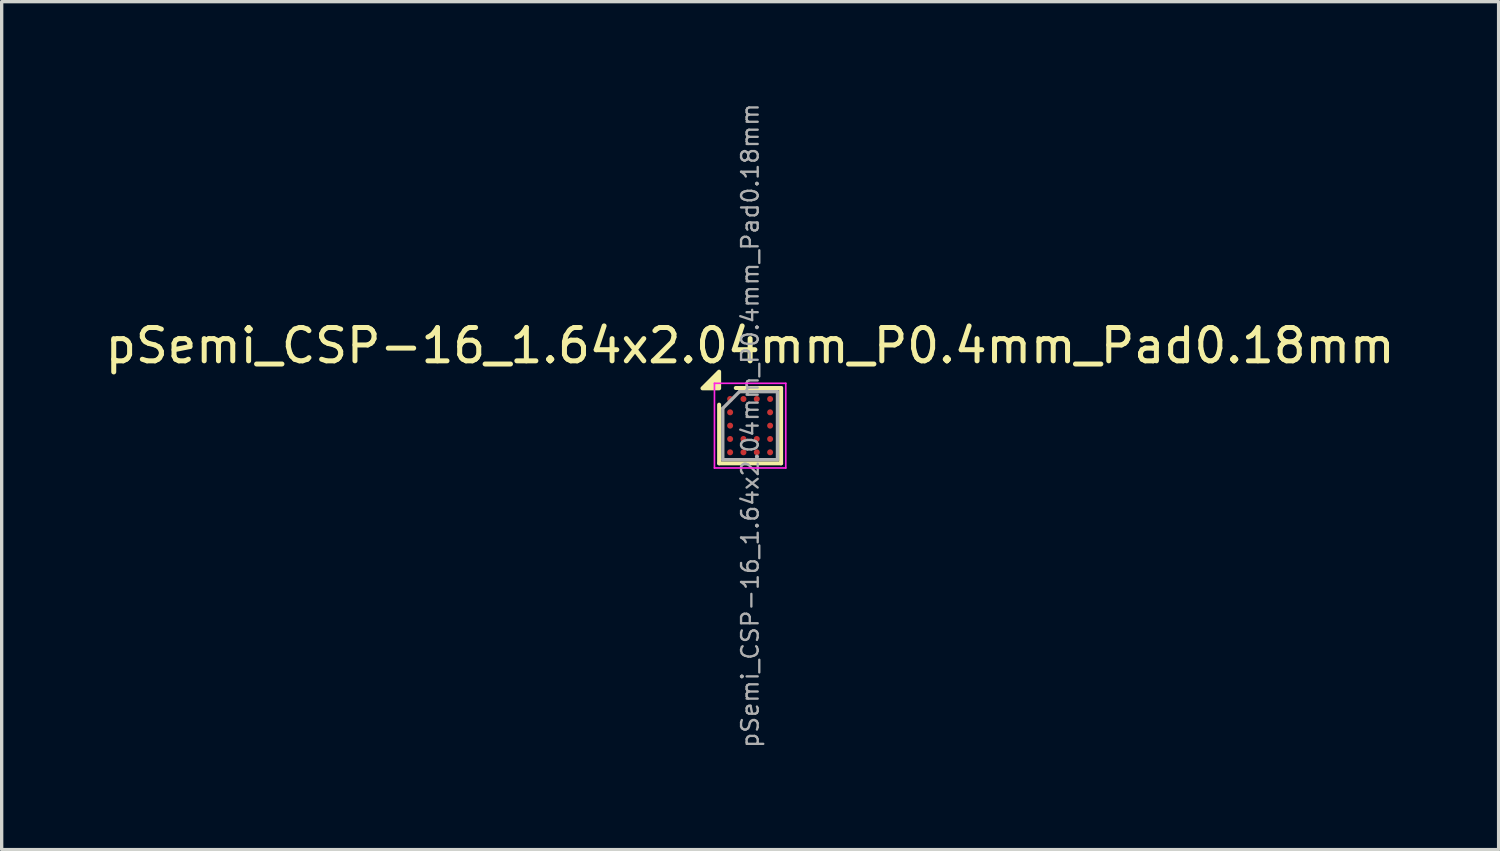
<source format=kicad_pcb>
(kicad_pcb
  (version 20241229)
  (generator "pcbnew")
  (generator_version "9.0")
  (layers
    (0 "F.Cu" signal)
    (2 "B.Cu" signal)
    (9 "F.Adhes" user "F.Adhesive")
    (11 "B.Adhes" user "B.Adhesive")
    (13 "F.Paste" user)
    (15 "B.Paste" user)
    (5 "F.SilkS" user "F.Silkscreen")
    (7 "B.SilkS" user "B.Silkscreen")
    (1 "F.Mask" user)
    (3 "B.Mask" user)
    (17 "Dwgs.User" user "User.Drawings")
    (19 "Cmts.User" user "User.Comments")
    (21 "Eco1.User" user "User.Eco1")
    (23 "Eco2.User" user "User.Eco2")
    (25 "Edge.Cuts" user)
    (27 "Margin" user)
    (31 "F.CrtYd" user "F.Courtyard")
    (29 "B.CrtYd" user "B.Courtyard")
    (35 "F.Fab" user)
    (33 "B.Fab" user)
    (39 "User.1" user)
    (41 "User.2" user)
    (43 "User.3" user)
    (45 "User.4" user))
  (footprint "pSemi_CSP-16_1.64x2.04mm_P0.4mm_Pad0.18mm"
    (layer "F.Cu")
    (at 19.458 9.722)
    (property "Reference" "pSemi_CSP-16_1.64x2.04mm_P0.4mm_Pad0.18mm" (at 0 -2.4 0) (layer "F.SilkS") (effects (font (size 1 1) (thickness 0.15))))
    (attr smd)
    (fp_line (start -0.93 -0.63) (end -0.93 1.13) (stroke (width 0.12) (type solid)) (layer "F.SilkS"))
    (fp_line (start 0.93 -1.13) (end -0.43 -1.13) (stroke (width 0.12) (type solid)) (layer "F.SilkS"))
    (fp_line (start 0.93 -1.13) (end 0.93 1.13) (stroke (width 0.12) (type solid)) (layer "F.SilkS"))
    (fp_line (start 0.93 1.13) (end -0.93 1.13) (stroke (width 0.12) (type solid)) (layer "F.SilkS"))
    (fp_poly (pts (xy -0.93 -1.12) (xy -1.43 -1.12) (xy -0.93 -1.62) (xy -0.93 -1.12)) (stroke (width 0.12) (type solid)) (fill yes) (layer "F.SilkS"))
    (fp_line (start -1.07 -1.27) (end -1.07 1.27) (stroke (width 0.05) (type solid)) (layer "F.CrtYd"))
    (fp_line (start 1.07 -1.27) (end -1.07 -1.27) (stroke (width 0.05) (type solid)) (layer "F.CrtYd"))
    (fp_line (start 1.07 -1.27) (end 1.07 1.27) (stroke (width 0.05) (type solid)) (layer "F.CrtYd"))
    (fp_line (start 1.07 1.27) (end -1.07 1.27) (stroke (width 0.05) (type solid)) (layer "F.CrtYd"))
    (fp_line (start -0.82 1.02) (end -0.82 -0.52) (stroke (width 0.1) (type solid)) (layer "F.Fab"))
    (fp_line (start -0.32 -1.02) (end -0.82 -0.52) (stroke (width 0.1) (type solid)) (layer "F.Fab"))
    (fp_line (start -0.32 -1.02) (end 0.82 -1.02) (stroke (width 0.1) (type solid)) (layer "F.Fab"))
    (fp_line (start 0.82 -1.02) (end 0.82 1.02) (stroke (width 0.1) (type solid)) (layer "F.Fab"))
    (fp_line (start 0.82 1.02) (end -0.82 1.02) (stroke (width 0.1) (type solid)) (layer "F.Fab"))
    (fp_text user "${REFERENCE}" (at 0 0 90) (layer "F.Fab") (effects (font (size 0.5 0.5) (thickness 0.07))))
    (pad "1" smd circle (at -0.6 -0.8) (size 0.18 0.18) (property pad_prop_bga) (layers "F.Cu" "F.Mask" "F.Paste"))
    (pad "2" smd circle (at -0.6 -0.4) (size 0.18 0.18) (property pad_prop_bga) (layers "F.Cu" "F.Mask" "F.Paste"))
    (pad "3" smd circle (at -0.6 0) (size 0.18 0.18) (property pad_prop_bga) (layers "F.Cu" "F.Mask" "F.Paste"))
    (pad "4" smd circle (at -0.6 0.4) (size 0.18 0.18) (property pad_prop_bga) (layers "F.Cu" "F.Mask" "F.Paste"))
    (pad "5" smd circle (at -0.6 0.8) (size 0.18 0.18) (property pad_prop_bga) (layers "F.Cu" "F.Mask" "F.Paste"))
    (pad "6" smd circle (at -0.2 -0.8) (size 0.18 0.18) (property pad_prop_bga) (layers "F.Cu" "F.Mask" "F.Paste"))
    (pad "7" smd circle (at -0.2 0.4) (size 0.18 0.18) (property pad_prop_bga) (layers "F.Cu" "F.Mask" "F.Paste"))
    (pad "8" smd circle (at -0.2 0.8) (size 0.18 0.18) (property pad_prop_bga) (layers "F.Cu" "F.Mask" "F.Paste"))
    (pad "9" smd circle (at 0.2 -0.8) (size 0.18 0.18) (property pad_prop_bga) (layers "F.Cu" "F.Mask" "F.Paste"))
    (pad "10" smd circle (at 0.2 0.4) (size 0.18 0.18) (property pad_prop_bga) (layers "F.Cu" "F.Mask" "F.Paste"))
    (pad "11" smd circle (at 0.2 0.8) (size 0.18 0.18) (property pad_prop_bga) (layers "F.Cu" "F.Mask" "F.Paste"))
    (pad "12" smd circle (at 0.6 -0.8) (size 0.18 0.18) (property pad_prop_bga) (layers "F.Cu" "F.Mask" "F.Paste"))
    (pad "13" smd circle (at 0.6 -0.4) (size 0.18 0.18) (property pad_prop_bga) (layers "F.Cu" "F.Mask" "F.Paste"))
    (pad "14" smd circle (at 0.6 0) (size 0.18 0.18) (property pad_prop_bga) (layers "F.Cu" "F.Mask" "F.Paste"))
    (pad "15" smd circle (at 0.6 0.4) (size 0.18 0.18) (property pad_prop_bga) (layers "F.Cu" "F.Mask" "F.Paste"))
    (pad "16" smd circle (at 0.6 0.8) (size 0.18 0.18) (property pad_prop_bga) (layers "F.Cu" "F.Mask" "F.Paste")))
  (gr_rect
    (start -3 -3)
    (end 41.917 22.443)
    (stroke (width 0.1) (type default))
    (fill no)
    (layer "Edge.Cuts")))
</source>
